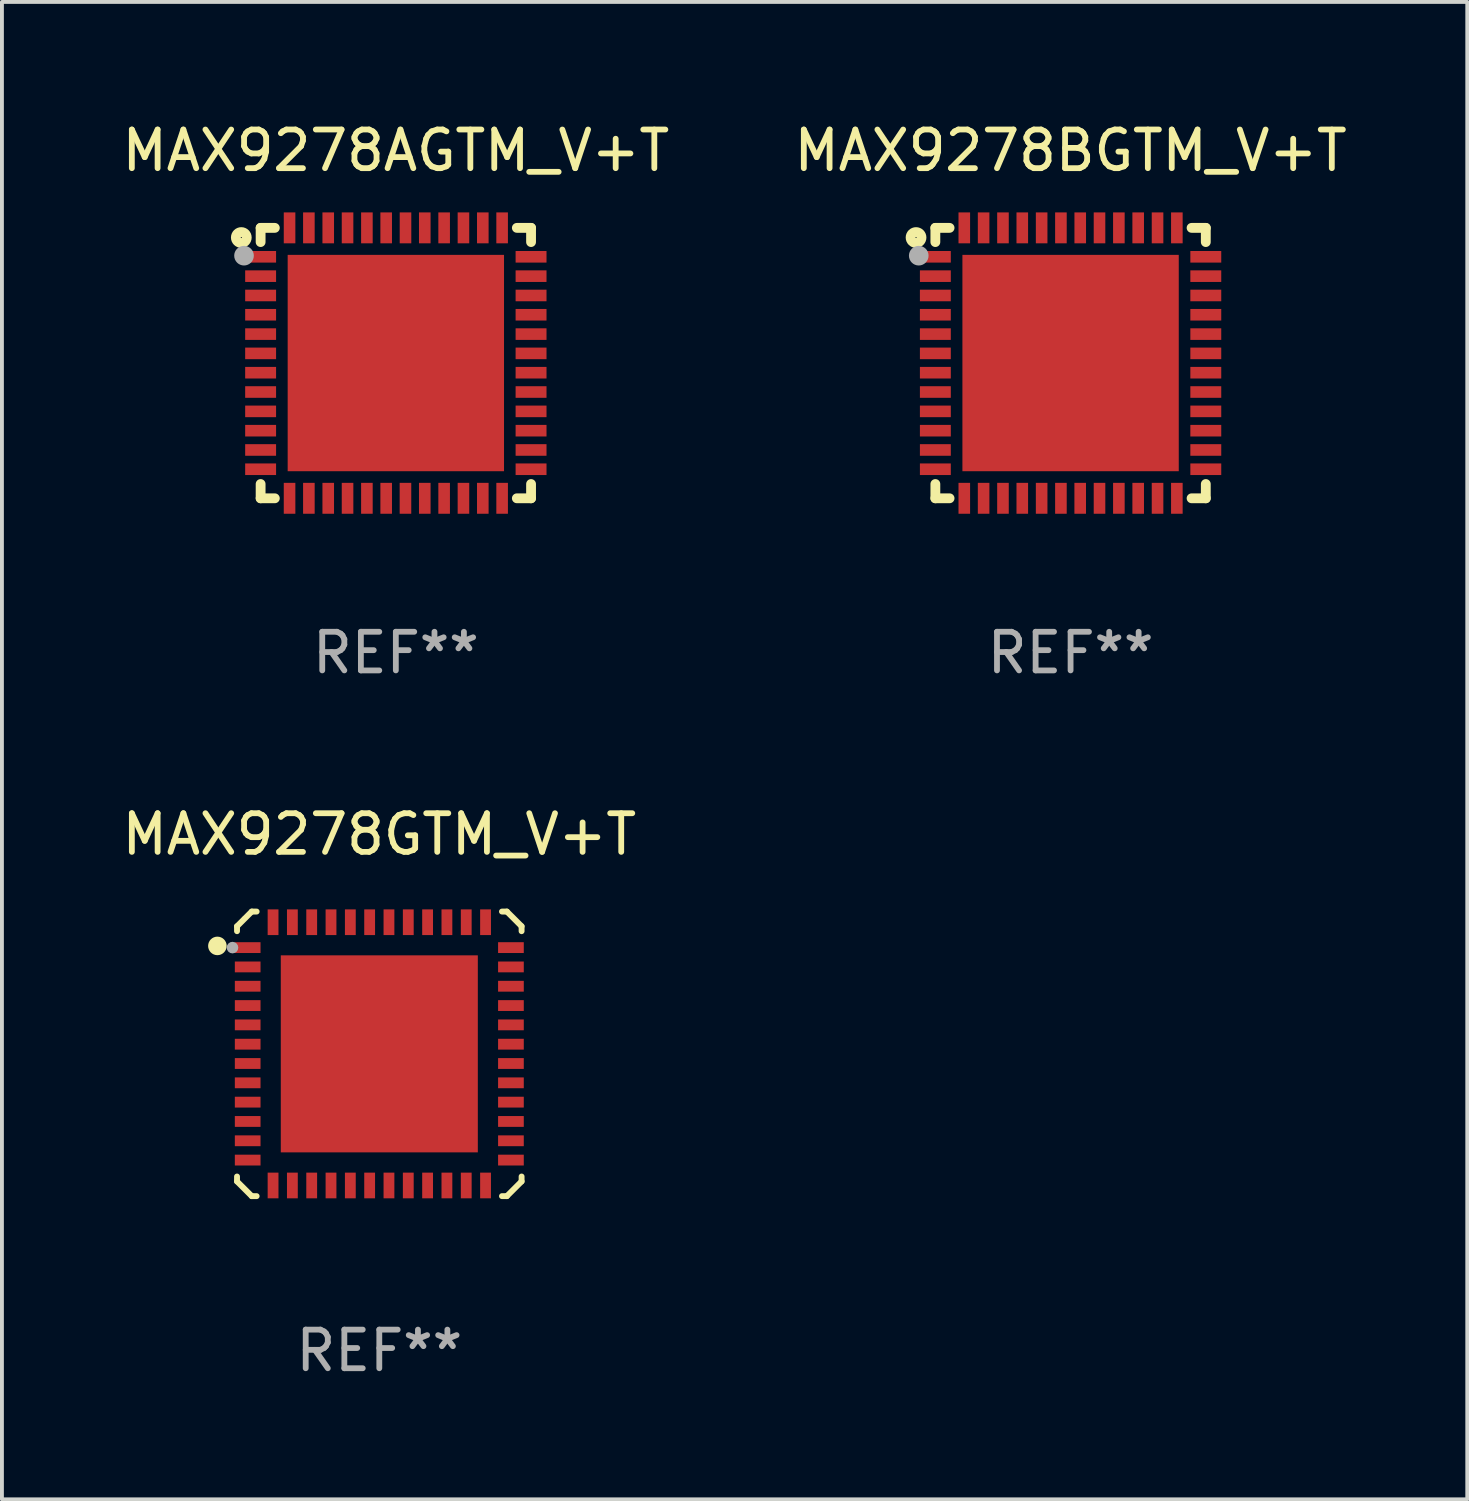
<source format=kicad_pcb>
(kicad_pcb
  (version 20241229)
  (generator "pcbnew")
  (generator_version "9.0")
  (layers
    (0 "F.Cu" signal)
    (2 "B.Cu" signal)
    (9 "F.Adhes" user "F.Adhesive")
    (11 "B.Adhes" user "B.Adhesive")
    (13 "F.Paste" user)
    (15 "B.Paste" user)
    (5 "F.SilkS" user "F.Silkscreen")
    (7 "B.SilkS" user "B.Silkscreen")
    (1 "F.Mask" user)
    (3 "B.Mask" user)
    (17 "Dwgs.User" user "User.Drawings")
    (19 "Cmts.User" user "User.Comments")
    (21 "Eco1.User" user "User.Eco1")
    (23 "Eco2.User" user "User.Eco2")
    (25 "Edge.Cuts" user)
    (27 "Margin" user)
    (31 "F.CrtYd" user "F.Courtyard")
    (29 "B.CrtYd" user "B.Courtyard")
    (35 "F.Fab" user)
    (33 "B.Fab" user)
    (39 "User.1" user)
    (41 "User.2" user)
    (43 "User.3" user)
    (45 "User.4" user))
  (footprint "MAX9278BGTM_V+T"
    (layer "F.Cu")
    (at 24.661 6.348)
    (property "Reference" "MAX9278BGTM_V+T" (at 0 -5.5 0) (layer "F.SilkS") (effects (font (size 1 1) (thickness 0.15))))
    (attr through_hole)
    (fp_line (start -3.5 -3.5) (end -3.132 -3.5) (stroke (width 0.254) (type solid)) (layer "F.SilkS"))
    (fp_line (start -3.5 -3.132) (end -3.5 -3.5) (stroke (width 0.254) (type solid)) (layer "F.SilkS"))
    (fp_line (start -3.5 3.5) (end -3.5 3.13) (stroke (width 0.254) (type solid)) (layer "F.SilkS"))
    (fp_line (start -3.132 3.5) (end -3.5 3.5) (stroke (width 0.254) (type solid)) (layer "F.SilkS"))
    (fp_line (start 3.132 -3.5) (end 3.5 -3.5) (stroke (width 0.254) (type solid)) (layer "F.SilkS"))
    (fp_line (start 3.5 -3.5) (end 3.5 -3.132) (stroke (width 0.254) (type solid)) (layer "F.SilkS"))
    (fp_line (start 3.5 3.13) (end 3.5 3.5) (stroke (width 0.254) (type solid)) (layer "F.SilkS"))
    (fp_line (start 3.5 3.5) (end 3.132 3.5) (stroke (width 0.254) (type solid)) (layer "F.SilkS"))
    (fp_circle (center -4 -3.25) (end -3.859 -3.25) (stroke (width 0.254) (type solid)) (fill no) (layer "F.SilkS"))
    (fp_circle (center -3.5 -3.501) (end -3.47 -3.501) (stroke (width 0.06) (type solid)) (fill no) (layer "F.SilkS"))
    (fp_circle (center -3.93 -2.78) (end -3.803 -2.78) (stroke (width 0.254) (type solid)) (fill no) (layer "F.Fab"))
    (fp_text user "REF**" (at 0 7.5 0) (layer "F.Fab") (effects (font (size 1 1) (thickness 0.15))))
    (pad "1" smd rect (at -3.5 -2.751 270) (size 0.3 0.8) (layers "F.Cu" "F.Mask" "F.Paste"))
    (pad "2" smd rect (at -3.5 -2.25 270) (size 0.3 0.8) (layers "F.Cu" "F.Mask" "F.Paste"))
    (pad "3" smd rect (at -3.5 -1.75 270) (size 0.3 0.8) (layers "F.Cu" "F.Mask" "F.Paste"))
    (pad "4" smd rect (at -3.5 -1.251 270) (size 0.3 0.8) (layers "F.Cu" "F.Mask" "F.Paste"))
    (pad "5" smd rect (at -3.5 -0.75 270) (size 0.3 0.8) (layers "F.Cu" "F.Mask" "F.Paste"))
    (pad "6" smd rect (at -3.5 -0.251 270) (size 0.3 0.8) (layers "F.Cu" "F.Mask" "F.Paste"))
    (pad "7" smd rect (at -3.5 0.249 270) (size 0.3 0.8) (layers "F.Cu" "F.Mask" "F.Paste"))
    (pad "8" smd rect (at -3.5 0.749 270) (size 0.3 0.8) (layers "F.Cu" "F.Mask" "F.Paste"))
    (pad "9" smd rect (at -3.5 1.25 270) (size 0.3 0.8) (layers "F.Cu" "F.Mask" "F.Paste"))
    (pad "10" smd rect (at -3.5 1.75 270) (size 0.3 0.8) (layers "F.Cu" "F.Mask" "F.Paste"))
    (pad "11" smd rect (at -3.5 2.249 270) (size 0.3 0.8) (layers "F.Cu" "F.Mask" "F.Paste"))
    (pad "12" smd rect (at -3.5 2.748 270) (size 0.3 0.8) (layers "F.Cu" "F.Mask" "F.Paste"))
    (pad "13" smd rect (at -2.751 3.5 180) (size 0.3 0.8) (layers "F.Cu" "F.Mask" "F.Paste"))
    (pad "14" smd rect (at -2.251 3.5 180) (size 0.3 0.8) (layers "F.Cu" "F.Mask" "F.Paste"))
    (pad "15" smd rect (at -1.75 3.5 180) (size 0.3 0.8) (layers "F.Cu" "F.Mask" "F.Paste"))
    (pad "16" smd rect (at -1.25 3.5 180) (size 0.3 0.8) (layers "F.Cu" "F.Mask" "F.Paste"))
    (pad "17" smd rect (at -0.749 3.5 180) (size 0.3 0.8) (layers "F.Cu" "F.Mask" "F.Paste"))
    (pad "18" smd rect (at -0.25 3.5 180) (size 0.3 0.8) (layers "F.Cu" "F.Mask" "F.Paste"))
    (pad "19" smd rect (at 0.249 3.5 180) (size 0.3 0.8) (layers "F.Cu" "F.Mask" "F.Paste"))
    (pad "20" smd rect (at 0.749 3.5 180) (size 0.3 0.8) (layers "F.Cu" "F.Mask" "F.Paste"))
    (pad "21" smd rect (at 1.25 3.5 180) (size 0.3 0.8) (layers "F.Cu" "F.Mask" "F.Paste"))
    (pad "22" smd rect (at 1.75 3.5 180) (size 0.3 0.8) (layers "F.Cu" "F.Mask" "F.Paste"))
    (pad "23" smd rect (at 2.251 3.5 180) (size 0.3 0.8) (layers "F.Cu" "F.Mask" "F.Paste"))
    (pad "24" smd rect (at 2.751 3.5 180) (size 0.3 0.8) (layers "F.Cu" "F.Mask" "F.Paste"))
    (pad "25" smd rect (at 3.5 2.748 270) (size 0.3 0.8) (layers "F.Cu" "F.Mask" "F.Paste"))
    (pad "26" smd rect (at 3.5 2.249 270) (size 0.3 0.8) (layers "F.Cu" "F.Mask" "F.Paste"))
    (pad "27" smd rect (at 3.5 1.75 270) (size 0.3 0.8) (layers "F.Cu" "F.Mask" "F.Paste"))
    (pad "28" smd rect (at 3.5 1.25 270) (size 0.3 0.8) (layers "F.Cu" "F.Mask" "F.Paste"))
    (pad "29" smd rect (at 3.5 0.749 270) (size 0.3 0.8) (layers "F.Cu" "F.Mask" "F.Paste"))
    (pad "30" smd rect (at 3.5 0.249 270) (size 0.3 0.8) (layers "F.Cu" "F.Mask" "F.Paste"))
    (pad "31" smd rect (at 3.5 -0.251 270) (size 0.3 0.8) (layers "F.Cu" "F.Mask" "F.Paste"))
    (pad "32" smd rect (at 3.5 -0.75 270) (size 0.3 0.8) (layers "F.Cu" "F.Mask" "F.Paste"))
    (pad "33" smd rect (at 3.5 -1.251 270) (size 0.3 0.8) (layers "F.Cu" "F.Mask" "F.Paste"))
    (pad "34" smd rect (at 3.5 -1.75 270) (size 0.3 0.8) (layers "F.Cu" "F.Mask" "F.Paste"))
    (pad "35" smd rect (at 3.5 -2.25 270) (size 0.3 0.8) (layers "F.Cu" "F.Mask" "F.Paste"))
    (pad "36" smd rect (at 3.5 -2.751 270) (size 0.3 0.8) (layers "F.Cu" "F.Mask" "F.Paste"))
    (pad "37" smd rect (at 2.751 -3.5 180) (size 0.3 0.8) (layers "F.Cu" "F.Mask" "F.Paste"))
    (pad "38" smd rect (at 2.251 -3.5 180) (size 0.3 0.8) (layers "F.Cu" "F.Mask" "F.Paste"))
    (pad "39" smd rect (at 1.75 -3.5 180) (size 0.3 0.8) (layers "F.Cu" "F.Mask" "F.Paste"))
    (pad "40" smd rect (at 1.25 -3.5 180) (size 0.3 0.8) (layers "F.Cu" "F.Mask" "F.Paste"))
    (pad "41" smd rect (at 0.749 -3.5 180) (size 0.3 0.8) (layers "F.Cu" "F.Mask" "F.Paste"))
    (pad "42" smd rect (at 0.25 -3.5 180) (size 0.3 0.8) (layers "F.Cu" "F.Mask" "F.Paste"))
    (pad "43" smd rect (at -0.25 -3.5 180) (size 0.3 0.8) (layers "F.Cu" "F.Mask" "F.Paste"))
    (pad "44" smd rect (at -0.749 -3.5 180) (size 0.3 0.8) (layers "F.Cu" "F.Mask" "F.Paste"))
    (pad "45" smd rect (at -1.25 -3.5 180) (size 0.3 0.8) (layers "F.Cu" "F.Mask" "F.Paste"))
    (pad "46" smd rect (at -1.75 -3.5 180) (size 0.3 0.8) (layers "F.Cu" "F.Mask" "F.Paste"))
    (pad "47" smd rect (at -2.251 -3.5 180) (size 0.3 0.8) (layers "F.Cu" "F.Mask" "F.Paste"))
    (pad "48" smd rect (at -2.751 -3.5 180) (size 0.3 0.8) (layers "F.Cu" "F.Mask" "F.Paste"))
    (pad "49" smd rect (at 0.000127 -0.001 180) (size 5.6 5.6) (layers "F.Cu" "F.Mask" "F.Paste")))
  (footprint "MAX9278GTM_V+T"
    (layer "F.Cu")
    (at 6.768 24.228)
    (property "Reference" "MAX9278GTM_V+T" (at 0 -5.683 0) (layer "F.SilkS") (effects (font (size 1 1) (thickness 0.15))))
    (attr through_hole)
    (fp_line (start -3.683 -3.302) (end -3.302 -3.683) (stroke (width 0.152) (type solid)) (layer "F.SilkS"))
    (fp_line (start -3.683 -3.175) (end -3.683 -3.302) (stroke (width 0.152) (type solid)) (layer "F.SilkS"))
    (fp_line (start -3.683 3.302) (end -3.683 3.175) (stroke (width 0.152) (type solid)) (layer "F.SilkS"))
    (fp_line (start -3.302 -3.683) (end -3.175 -3.683) (stroke (width 0.152) (type solid)) (layer "F.SilkS"))
    (fp_line (start -3.302 3.683) (end -3.683 3.302) (stroke (width 0.152) (type solid)) (layer "F.SilkS"))
    (fp_line (start -3.175 3.683) (end -3.302 3.683) (stroke (width 0.152) (type solid)) (layer "F.SilkS"))
    (fp_line (start 3.175 -3.683) (end 3.302 -3.683) (stroke (width 0.152) (type solid)) (layer "F.SilkS"))
    (fp_line (start 3.302 -3.683) (end 3.683 -3.302) (stroke (width 0.152) (type solid)) (layer "F.SilkS"))
    (fp_line (start 3.302 3.683) (end 3.175 3.683) (stroke (width 0.152) (type solid)) (layer "F.SilkS"))
    (fp_line (start 3.683 -3.302) (end 3.683 -3.175) (stroke (width 0.152) (type solid)) (layer "F.SilkS"))
    (fp_line (start 3.683 3.175) (end 3.683 3.302) (stroke (width 0.152) (type solid)) (layer "F.SilkS"))
    (fp_line (start 3.683 3.302) (end 3.302 3.683) (stroke (width 0.152) (type solid)) (layer "F.SilkS"))
    (fp_circle (center -4.191 -2.794) (end -4.071 -2.794) (stroke (width 0.24) (type solid)) (fill no) (layer "F.SilkS"))
    (fp_circle (center -3.5 -3.5) (end -3.47 -3.5) (stroke (width 0.06) (type solid)) (fill no) (layer "F.SilkS"))
    (fp_circle (center -3.8 -2.75) (end -3.725 -2.75) (stroke (width 0.15) (type solid)) (fill no) (layer "F.Fab"))
    (fp_text user "REF**" (at 0 7.683 0) (layer "F.Fab") (effects (font (size 1 1) (thickness 0.15))))
    (pad "1" smd rect (at -3.407 -2.75) (size 0.665 0.28) (layers "F.Cu" "F.Mask" "F.Paste"))
    (pad "2" smd rect (at -3.407 -2.25) (size 0.665 0.28) (layers "F.Cu" "F.Mask" "F.Paste"))
    (pad "3" smd rect (at -3.407 -1.75) (size 0.665 0.28) (layers "F.Cu" "F.Mask" "F.Paste"))
    (pad "4" smd rect (at -3.407 -1.25) (size 0.665 0.28) (layers "F.Cu" "F.Mask" "F.Paste"))
    (pad "5" smd rect (at -3.407 -0.75) (size 0.665 0.28) (layers "F.Cu" "F.Mask" "F.Paste"))
    (pad "6" smd rect (at -3.407 -0.25) (size 0.665 0.28) (layers "F.Cu" "F.Mask" "F.Paste"))
    (pad "7" smd rect (at -3.407 0.25) (size 0.665 0.28) (layers "F.Cu" "F.Mask" "F.Paste"))
    (pad "8" smd rect (at -3.407 0.75) (size 0.665 0.28) (layers "F.Cu" "F.Mask" "F.Paste"))
    (pad "9" smd rect (at -3.407 1.25) (size 0.665 0.28) (layers "F.Cu" "F.Mask" "F.Paste"))
    (pad "10" smd rect (at -3.407 1.75) (size 0.665 0.28) (layers "F.Cu" "F.Mask" "F.Paste"))
    (pad "11" smd rect (at -3.407 2.25) (size 0.665 0.28) (layers "F.Cu" "F.Mask" "F.Paste"))
    (pad "12" smd rect (at -3.407 2.75) (size 0.665 0.28) (layers "F.Cu" "F.Mask" "F.Paste"))
    (pad "13" smd rect (at -2.75 3.407) (size 0.28 0.665) (layers "F.Cu" "F.Mask" "F.Paste"))
    (pad "14" smd rect (at -2.25 3.407) (size 0.28 0.665) (layers "F.Cu" "F.Mask" "F.Paste"))
    (pad "15" smd rect (at -1.75 3.407) (size 0.28 0.665) (layers "F.Cu" "F.Mask" "F.Paste"))
    (pad "16" smd rect (at -1.25 3.407) (size 0.28 0.665) (layers "F.Cu" "F.Mask" "F.Paste"))
    (pad "17" smd rect (at -0.75 3.407) (size 0.28 0.665) (layers "F.Cu" "F.Mask" "F.Paste"))
    (pad "18" smd rect (at -0.25 3.407) (size 0.28 0.665) (layers "F.Cu" "F.Mask" "F.Paste"))
    (pad "19" smd rect (at 0.25 3.407) (size 0.28 0.665) (layers "F.Cu" "F.Mask" "F.Paste"))
    (pad "20" smd rect (at 0.75 3.407) (size 0.28 0.665) (layers "F.Cu" "F.Mask" "F.Paste"))
    (pad "21" smd rect (at 1.25 3.407) (size 0.28 0.665) (layers "F.Cu" "F.Mask" "F.Paste"))
    (pad "22" smd rect (at 1.75 3.407) (size 0.28 0.665) (layers "F.Cu" "F.Mask" "F.Paste"))
    (pad "23" smd rect (at 2.25 3.407) (size 0.28 0.665) (layers "F.Cu" "F.Mask" "F.Paste"))
    (pad "24" smd rect (at 2.75 3.407) (size 0.28 0.665) (layers "F.Cu" "F.Mask" "F.Paste"))
    (pad "25" smd rect (at 3.407 2.75) (size 0.665 0.28) (layers "F.Cu" "F.Mask" "F.Paste"))
    (pad "26" smd rect (at 3.407 2.25) (size 0.665 0.28) (layers "F.Cu" "F.Mask" "F.Paste"))
    (pad "27" smd rect (at 3.407 1.75) (size 0.665 0.28) (layers "F.Cu" "F.Mask" "F.Paste"))
    (pad "28" smd rect (at 3.407 1.25) (size 0.665 0.28) (layers "F.Cu" "F.Mask" "F.Paste"))
    (pad "29" smd rect (at 3.407 0.75) (size 0.665 0.28) (layers "F.Cu" "F.Mask" "F.Paste"))
    (pad "30" smd rect (at 3.407 0.25) (size 0.665 0.28) (layers "F.Cu" "F.Mask" "F.Paste"))
    (pad "31" smd rect (at 3.407 -0.25) (size 0.665 0.28) (layers "F.Cu" "F.Mask" "F.Paste"))
    (pad "32" smd rect (at 3.407 -0.75) (size 0.665 0.28) (layers "F.Cu" "F.Mask" "F.Paste"))
    (pad "33" smd rect (at 3.407 -1.25) (size 0.665 0.28) (layers "F.Cu" "F.Mask" "F.Paste"))
    (pad "34" smd rect (at 3.407 -1.75) (size 0.665 0.28) (layers "F.Cu" "F.Mask" "F.Paste"))
    (pad "35" smd rect (at 3.407 -2.25) (size 0.665 0.28) (layers "F.Cu" "F.Mask" "F.Paste"))
    (pad "36" smd rect (at 3.407 -2.75) (size 0.665 0.28) (layers "F.Cu" "F.Mask" "F.Paste"))
    (pad "37" smd rect (at 2.75 -3.407) (size 0.28 0.665) (layers "F.Cu" "F.Mask" "F.Paste"))
    (pad "38" smd rect (at 2.25 -3.407) (size 0.28 0.665) (layers "F.Cu" "F.Mask" "F.Paste"))
    (pad "39" smd rect (at 1.75 -3.407) (size 0.28 0.665) (layers "F.Cu" "F.Mask" "F.Paste"))
    (pad "40" smd rect (at 1.25 -3.407) (size 0.28 0.665) (layers "F.Cu" "F.Mask" "F.Paste"))
    (pad "41" smd rect (at 0.75 -3.407) (size 0.28 0.665) (layers "F.Cu" "F.Mask" "F.Paste"))
    (pad "42" smd rect (at 0.25 -3.407) (size 0.28 0.665) (layers "F.Cu" "F.Mask" "F.Paste"))
    (pad "43" smd rect (at -0.25 -3.407) (size 0.28 0.665) (layers "F.Cu" "F.Mask" "F.Paste"))
    (pad "44" smd rect (at -0.75 -3.407) (size 0.28 0.665) (layers "F.Cu" "F.Mask" "F.Paste"))
    (pad "45" smd rect (at -1.25 -3.407) (size 0.28 0.665) (layers "F.Cu" "F.Mask" "F.Paste"))
    (pad "46" smd rect (at -1.75 -3.407) (size 0.28 0.665) (layers "F.Cu" "F.Mask" "F.Paste"))
    (pad "47" smd rect (at -2.25 -3.407) (size 0.28 0.665) (layers "F.Cu" "F.Mask" "F.Paste"))
    (pad "48" smd rect (at -2.75 -3.407) (size 0.28 0.665) (layers "F.Cu" "F.Mask" "F.Paste"))
    (pad "49" smd rect (at 0 0) (size 5.1 5.1) (layers "F.Cu" "F.Mask" "F.Paste")))
  (footprint "MAX9278AGTM_V+T"
    (layer "F.Cu")
    (at 7.196 6.348)
    (property "Reference" "MAX9278AGTM_V+T" (at 0 -5.5 0) (layer "F.SilkS") (effects (font (size 1 1) (thickness 0.15))))
    (attr through_hole)
    (fp_line (start -3.5 -3.5) (end -3.132 -3.5) (stroke (width 0.254) (type solid)) (layer "F.SilkS"))
    (fp_line (start -3.5 -3.132) (end -3.5 -3.5) (stroke (width 0.254) (type solid)) (layer "F.SilkS"))
    (fp_line (start -3.5 3.5) (end -3.5 3.13) (stroke (width 0.254) (type solid)) (layer "F.SilkS"))
    (fp_line (start -3.132 3.5) (end -3.5 3.5) (stroke (width 0.254) (type solid)) (layer "F.SilkS"))
    (fp_line (start 3.132 -3.5) (end 3.5 -3.5) (stroke (width 0.254) (type solid)) (layer "F.SilkS"))
    (fp_line (start 3.5 -3.5) (end 3.5 -3.132) (stroke (width 0.254) (type solid)) (layer "F.SilkS"))
    (fp_line (start 3.5 3.13) (end 3.5 3.5) (stroke (width 0.254) (type solid)) (layer "F.SilkS"))
    (fp_line (start 3.5 3.5) (end 3.132 3.5) (stroke (width 0.254) (type solid)) (layer "F.SilkS"))
    (fp_circle (center -4 -3.25) (end -3.859 -3.25) (stroke (width 0.254) (type solid)) (fill no) (layer "F.SilkS"))
    (fp_circle (center -3.5 -3.501) (end -3.47 -3.501) (stroke (width 0.06) (type solid)) (fill no) (layer "F.SilkS"))
    (fp_circle (center -3.93 -2.78) (end -3.803 -2.78) (stroke (width 0.254) (type solid)) (fill no) (layer "F.Fab"))
    (fp_text user "REF**" (at 0 7.5 0) (layer "F.Fab") (effects (font (size 1 1) (thickness 0.15))))
    (pad "1" smd rect (at -3.5 -2.751 270) (size 0.3 0.8) (layers "F.Cu" "F.Mask" "F.Paste"))
    (pad "2" smd rect (at -3.5 -2.25 270) (size 0.3 0.8) (layers "F.Cu" "F.Mask" "F.Paste"))
    (pad "3" smd rect (at -3.5 -1.75 270) (size 0.3 0.8) (layers "F.Cu" "F.Mask" "F.Paste"))
    (pad "4" smd rect (at -3.5 -1.251 270) (size 0.3 0.8) (layers "F.Cu" "F.Mask" "F.Paste"))
    (pad "5" smd rect (at -3.5 -0.75 270) (size 0.3 0.8) (layers "F.Cu" "F.Mask" "F.Paste"))
    (pad "6" smd rect (at -3.5 -0.251 270) (size 0.3 0.8) (layers "F.Cu" "F.Mask" "F.Paste"))
    (pad "7" smd rect (at -3.5 0.249 270) (size 0.3 0.8) (layers "F.Cu" "F.Mask" "F.Paste"))
    (pad "8" smd rect (at -3.5 0.749 270) (size 0.3 0.8) (layers "F.Cu" "F.Mask" "F.Paste"))
    (pad "9" smd rect (at -3.5 1.25 270) (size 0.3 0.8) (layers "F.Cu" "F.Mask" "F.Paste"))
    (pad "10" smd rect (at -3.5 1.75 270) (size 0.3 0.8) (layers "F.Cu" "F.Mask" "F.Paste"))
    (pad "11" smd rect (at -3.5 2.249 270) (size 0.3 0.8) (layers "F.Cu" "F.Mask" "F.Paste"))
    (pad "12" smd rect (at -3.5 2.748 270) (size 0.3 0.8) (layers "F.Cu" "F.Mask" "F.Paste"))
    (pad "13" smd rect (at -2.751 3.5 180) (size 0.3 0.8) (layers "F.Cu" "F.Mask" "F.Paste"))
    (pad "14" smd rect (at -2.251 3.5 180) (size 0.3 0.8) (layers "F.Cu" "F.Mask" "F.Paste"))
    (pad "15" smd rect (at -1.75 3.5 180) (size 0.3 0.8) (layers "F.Cu" "F.Mask" "F.Paste"))
    (pad "16" smd rect (at -1.25 3.5 180) (size 0.3 0.8) (layers "F.Cu" "F.Mask" "F.Paste"))
    (pad "17" smd rect (at -0.749 3.5 180) (size 0.3 0.8) (layers "F.Cu" "F.Mask" "F.Paste"))
    (pad "18" smd rect (at -0.25 3.5 180) (size 0.3 0.8) (layers "F.Cu" "F.Mask" "F.Paste"))
    (pad "19" smd rect (at 0.249 3.5 180) (size 0.3 0.8) (layers "F.Cu" "F.Mask" "F.Paste"))
    (pad "20" smd rect (at 0.749 3.5 180) (size 0.3 0.8) (layers "F.Cu" "F.Mask" "F.Paste"))
    (pad "21" smd rect (at 1.25 3.5 180) (size 0.3 0.8) (layers "F.Cu" "F.Mask" "F.Paste"))
    (pad "22" smd rect (at 1.75 3.5 180) (size 0.3 0.8) (layers "F.Cu" "F.Mask" "F.Paste"))
    (pad "23" smd rect (at 2.251 3.5 180) (size 0.3 0.8) (layers "F.Cu" "F.Mask" "F.Paste"))
    (pad "24" smd rect (at 2.751 3.5 180) (size 0.3 0.8) (layers "F.Cu" "F.Mask" "F.Paste"))
    (pad "25" smd rect (at 3.5 2.748 270) (size 0.3 0.8) (layers "F.Cu" "F.Mask" "F.Paste"))
    (pad "26" smd rect (at 3.5 2.249 270) (size 0.3 0.8) (layers "F.Cu" "F.Mask" "F.Paste"))
    (pad "27" smd rect (at 3.5 1.75 270) (size 0.3 0.8) (layers "F.Cu" "F.Mask" "F.Paste"))
    (pad "28" smd rect (at 3.5 1.25 270) (size 0.3 0.8) (layers "F.Cu" "F.Mask" "F.Paste"))
    (pad "29" smd rect (at 3.5 0.749 270) (size 0.3 0.8) (layers "F.Cu" "F.Mask" "F.Paste"))
    (pad "30" smd rect (at 3.5 0.249 270) (size 0.3 0.8) (layers "F.Cu" "F.Mask" "F.Paste"))
    (pad "31" smd rect (at 3.5 -0.251 270) (size 0.3 0.8) (layers "F.Cu" "F.Mask" "F.Paste"))
    (pad "32" smd rect (at 3.5 -0.75 270) (size 0.3 0.8) (layers "F.Cu" "F.Mask" "F.Paste"))
    (pad "33" smd rect (at 3.5 -1.251 270) (size 0.3 0.8) (layers "F.Cu" "F.Mask" "F.Paste"))
    (pad "34" smd rect (at 3.5 -1.75 270) (size 0.3 0.8) (layers "F.Cu" "F.Mask" "F.Paste"))
    (pad "35" smd rect (at 3.5 -2.25 270) (size 0.3 0.8) (layers "F.Cu" "F.Mask" "F.Paste"))
    (pad "36" smd rect (at 3.5 -2.751 270) (size 0.3 0.8) (layers "F.Cu" "F.Mask" "F.Paste"))
    (pad "37" smd rect (at 2.751 -3.5 180) (size 0.3 0.8) (layers "F.Cu" "F.Mask" "F.Paste"))
    (pad "38" smd rect (at 2.251 -3.5 180) (size 0.3 0.8) (layers "F.Cu" "F.Mask" "F.Paste"))
    (pad "39" smd rect (at 1.75 -3.5 180) (size 0.3 0.8) (layers "F.Cu" "F.Mask" "F.Paste"))
    (pad "40" smd rect (at 1.25 -3.5 180) (size 0.3 0.8) (layers "F.Cu" "F.Mask" "F.Paste"))
    (pad "41" smd rect (at 0.749 -3.5 180) (size 0.3 0.8) (layers "F.Cu" "F.Mask" "F.Paste"))
    (pad "42" smd rect (at 0.25 -3.5 180) (size 0.3 0.8) (layers "F.Cu" "F.Mask" "F.Paste"))
    (pad "43" smd rect (at -0.25 -3.5 180) (size 0.3 0.8) (layers "F.Cu" "F.Mask" "F.Paste"))
    (pad "44" smd rect (at -0.749 -3.5 180) (size 0.3 0.8) (layers "F.Cu" "F.Mask" "F.Paste"))
    (pad "45" smd rect (at -1.25 -3.5 180) (size 0.3 0.8) (layers "F.Cu" "F.Mask" "F.Paste"))
    (pad "46" smd rect (at -1.75 -3.5 180) (size 0.3 0.8) (layers "F.Cu" "F.Mask" "F.Paste"))
    (pad "47" smd rect (at -2.251 -3.5 180) (size 0.3 0.8) (layers "F.Cu" "F.Mask" "F.Paste"))
    (pad "48" smd rect (at -2.751 -3.5 180) (size 0.3 0.8) (layers "F.Cu" "F.Mask" "F.Paste"))
    (pad "49" smd rect (at 0.000127 -0.001 180) (size 5.6 5.6) (layers "F.Cu" "F.Mask" "F.Paste")))
  (gr_rect
    (start -3 -3)
    (end 34.929 35.759)
    (stroke (width 0.1) (type default))
    (fill no)
    (layer "Edge.Cuts")))
</source>
